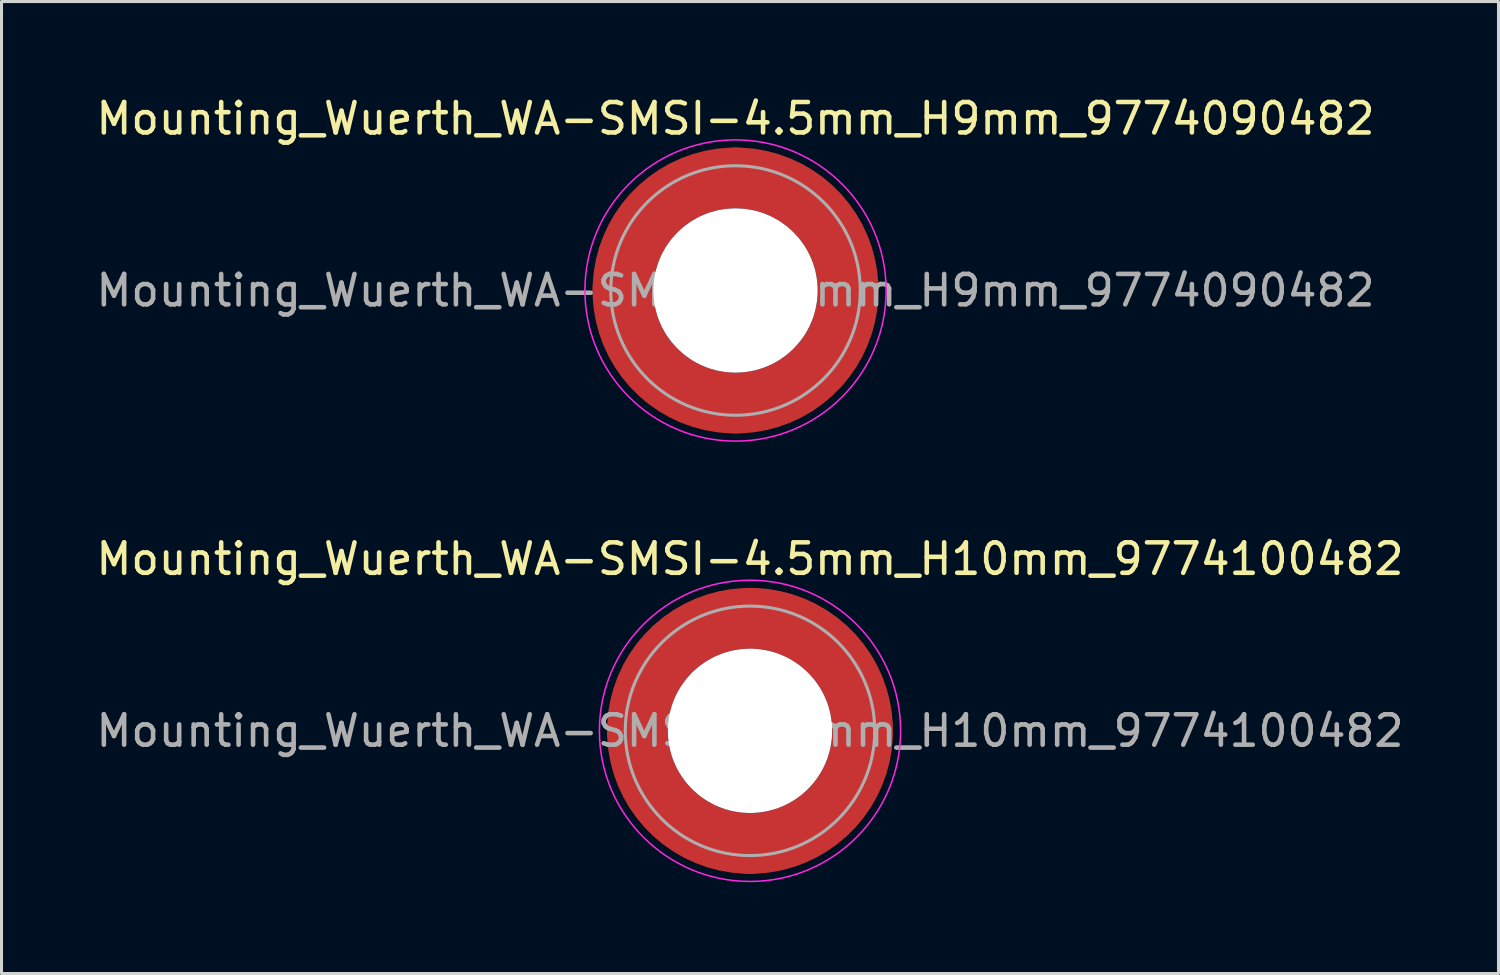
<source format=kicad_pcb>
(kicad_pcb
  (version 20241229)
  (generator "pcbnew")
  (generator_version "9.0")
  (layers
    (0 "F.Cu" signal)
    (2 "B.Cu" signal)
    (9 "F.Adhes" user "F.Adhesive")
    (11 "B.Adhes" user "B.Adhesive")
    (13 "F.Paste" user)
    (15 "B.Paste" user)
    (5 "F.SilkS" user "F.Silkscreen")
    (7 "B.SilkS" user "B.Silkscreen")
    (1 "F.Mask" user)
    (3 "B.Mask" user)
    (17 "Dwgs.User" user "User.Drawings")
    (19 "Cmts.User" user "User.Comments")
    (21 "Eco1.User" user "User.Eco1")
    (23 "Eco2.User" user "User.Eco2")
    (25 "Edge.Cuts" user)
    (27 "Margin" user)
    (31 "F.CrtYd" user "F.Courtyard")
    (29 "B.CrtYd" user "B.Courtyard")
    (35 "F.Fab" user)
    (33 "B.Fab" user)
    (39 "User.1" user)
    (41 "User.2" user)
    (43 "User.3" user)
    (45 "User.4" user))
  (footprint "Mounting_Wuerth_WA-SMSI-4.5mm_H9mm_9774090482"
    (layer "F.Cu")
    (at 21.125 6.498)
    (property "Reference" "Mounting_Wuerth_WA-SMSI-4.5mm_H9mm_9774090482" (at 0 -5.65 0) (layer "F.SilkS") (effects (font (size 1 1) (thickness 0.15))))
    (attr smd)
    (fp_circle (center 0 0) (end 4.95 0) (stroke (width 0.05) (type solid)) (fill no) (layer "F.CrtYd"))
    (fp_circle (center 0 0) (end 4.1 0) (stroke (width 0.1) (type solid)) (fill no) (layer "F.Fab"))
    (fp_text user "${REFERENCE}" (at 0 0 0) (layer "F.Fab") (effects (font (size 1 1) (thickness 0.15))))
    (pad "" smd custom (at -2.607 -2.607) (size 0.948 0.948) (layers "F.Paste") (options (anchor circle)) (primitives (gr_arc (start -0.188183 2.107456) (mid 0.599273 0.599273) (end 2.107456 -0.188183) (width 0.2)) (gr_arc (start -0.289416 2.107456) (mid 0.52877 0.52877) (end 2.107456 -0.289416) (width 0.2)) (gr_arc (start -0.390547 2.107456) (mid 0.458268 0.458268) (end 2.107456 -0.390547) (width 0.2)) (gr_arc (start -0.491585 2.107456) (mid 0.387765 0.387765) (end 2.107456 -0.491585) (width 0.2)) (gr_arc (start -0.59254 2.107456) (mid 0.317262 0.317262) (end 2.107456 -0.59254) (width 0.2)) (gr_arc (start -0.693419 2.107456) (mid 0.24676 0.24676) (end 2.107456 -0.693419) (width 0.2)) (gr_arc (start -0.794229 2.107456) (mid 0.176257 0.176257) (end 2.107456 -0.794229) (width 0.2)) (gr_arc (start -0.894975 2.107456) (mid 0.105754 0.105754) (end 2.107456 -0.894975) (width 0.2)) (gr_arc (start -0.995664 2.107456) (mid 0.035251 0.035251) (end 2.107456 -0.995664) (width 0.2)) (gr_arc (start -1.0963 2.107456) (mid -0.035252 -0.035252) (end 2.107456 -1.0963) (width 0.2)) (gr_arc (start -1.196886 2.107456) (mid -0.105754 -0.105754) (end 2.107456 -1.196886) (width 0.2)) (gr_arc (start -1.297427 2.107456) (mid -0.176257 -0.176257) (end 2.107456 -1.297427) (width 0.2)) (gr_arc (start -1.397927 2.107456) (mid -0.24676 -0.24676) (end 2.107456 -1.397927) (width 0.2)) (gr_arc (start -1.498388 2.107456) (mid -0.317262 -0.317262) (end 2.107456 -1.498388) (width 0.2)) (gr_arc (start -1.598813 2.107456) (mid -0.387765 -0.387765) (end 2.107456 -1.598813) (width 0.2)) (gr_arc (start -1.699204 2.107456) (mid -0.458267 -0.458267) (end 2.107456 -1.699204) (width 0.2)) (gr_arc (start -1.799565 2.107456) (mid -0.528771 -0.528771) (end 2.107456 -1.799565) (width 0.2)) (gr_arc (start -1.899896 2.107456) (mid -0.599273 -0.599273) (end 2.107456 -1.899896) (width 0.2)) (gr_arc (start -1.899896 2.107456) (mid -0.599273 -0.599273) (end 2.107456 -1.899896) (width 0.2)) (gr_line (start 2.107 -0.188) (end 2.107 -1.9) (width 0.2)) (gr_line (start -0.188 2.107) (end -1.9 2.107) (width 0.2))))
    (pad "" smd custom (at -2.607 2.607) (size 0.948 0.948) (layers "F.Paste") (options (anchor circle)) (primitives (gr_arc (start 2.107456 0.188183) (mid 0.599273 -0.599273) (end -0.188183 -2.107456) (width 0.2)) (gr_arc (start 2.107456 0.289416) (mid 0.52877 -0.52877) (end -0.289416 -2.107456) (width 0.2)) (gr_arc (start 2.107456 0.390547) (mid 0.458268 -0.458268) (end -0.390547 -2.107456) (width 0.2)) (gr_arc (start 2.107456 0.491585) (mid 0.387765 -0.387765) (end -0.491585 -2.107456) (width 0.2)) (gr_arc (start 2.107456 0.59254) (mid 0.317262 -0.317262) (end -0.59254 -2.107456) (width 0.2)) (gr_arc (start 2.107456 0.693419) (mid 0.24676 -0.24676) (end -0.693419 -2.107456) (width 0.2)) (gr_arc (start 2.107456 0.794229) (mid 0.176257 -0.176257) (end -0.794229 -2.107456) (width 0.2)) (gr_arc (start 2.107456 0.894975) (mid 0.105754 -0.105754) (end -0.894975 -2.107456) (width 0.2)) (gr_arc (start 2.107456 0.995664) (mid 0.035251 -0.035251) (end -0.995664 -2.107456) (width 0.2)) (gr_arc (start 2.107456 1.0963) (mid -0.035252 0.035252) (end -1.0963 -2.107456) (width 0.2)) (gr_arc (start 2.107456 1.196886) (mid -0.105754 0.105754) (end -1.196886 -2.107456) (width 0.2)) (gr_arc (start 2.107456 1.297427) (mid -0.176257 0.176257) (end -1.297427 -2.107456) (width 0.2)) (gr_arc (start 2.107456 1.397927) (mid -0.24676 0.24676) (end -1.397927 -2.107456) (width 0.2)) (gr_arc (start 2.107456 1.498388) (mid -0.317262 0.317262) (end -1.498388 -2.107456) (width 0.2)) (gr_arc (start 2.107456 1.598813) (mid -0.387765 0.387765) (end -1.598813 -2.107456) (width 0.2)) (gr_arc (start 2.107456 1.699204) (mid -0.458267 0.458267) (end -1.699204 -2.107456) (width 0.2)) (gr_arc (start 2.107456 1.799565) (mid -0.528771 0.528771) (end -1.799565 -2.107456) (width 0.2)) (gr_arc (start 2.107456 1.899896) (mid -0.599273 0.599273) (end -1.899896 -2.107456) (width 0.2)) (gr_arc (start 2.107456 1.899896) (mid -0.599273 0.599273) (end -1.899896 -2.107456) (width 0.2)) (gr_line (start -0.188 -2.107) (end -1.9 -2.107) (width 0.2)) (gr_line (start 2.107 0.188) (end 2.107 1.9) (width 0.2))))
    (pad "" np_thru_hole circle (at 0 0) (size 5.4 5.4) (drill 5.4) (layers "*.Cu" "*.Mask"))
    (pad "" smd custom (at 2.607 -2.607) (size 0.948 0.948) (layers "F.Paste") (options (anchor circle)) (primitives (gr_arc (start -2.107456 -0.188183) (mid -0.599273 0.599273) (end 0.188183 2.107456) (width 0.2)) (gr_arc (start -2.107456 -0.289416) (mid -0.52877 0.52877) (end 0.289416 2.107456) (width 0.2)) (gr_arc (start -2.107456 -0.390547) (mid -0.458268 0.458268) (end 0.390547 2.107456) (width 0.2)) (gr_arc (start -2.107456 -0.491585) (mid -0.387765 0.387765) (end 0.491585 2.107456) (width 0.2)) (gr_arc (start -2.107456 -0.59254) (mid -0.317262 0.317262) (end 0.59254 2.107456) (width 0.2)) (gr_arc (start -2.107456 -0.693419) (mid -0.24676 0.24676) (end 0.693419 2.107456) (width 0.2)) (gr_arc (start -2.107456 -0.794229) (mid -0.176257 0.176257) (end 0.794229 2.107456) (width 0.2)) (gr_arc (start -2.107456 -0.894975) (mid -0.105754 0.105754) (end 0.894975 2.107456) (width 0.2)) (gr_arc (start -2.107456 -0.995664) (mid -0.035251 0.035251) (end 0.995664 2.107456) (width 0.2)) (gr_arc (start -2.107456 -1.0963) (mid 0.035252 -0.035252) (end 1.0963 2.107456) (width 0.2)) (gr_arc (start -2.107456 -1.196886) (mid 0.105754 -0.105754) (end 1.196886 2.107456) (width 0.2)) (gr_arc (start -2.107456 -1.297427) (mid 0.176257 -0.176257) (end 1.297427 2.107456) (width 0.2)) (gr_arc (start -2.107456 -1.397927) (mid 0.24676 -0.24676) (end 1.397927 2.107456) (width 0.2)) (gr_arc (start -2.107456 -1.498388) (mid 0.317262 -0.317262) (end 1.498388 2.107456) (width 0.2)) (gr_arc (start -2.107456 -1.598813) (mid 0.387765 -0.387765) (end 1.598813 2.107456) (width 0.2)) (gr_arc (start -2.107456 -1.699204) (mid 0.458267 -0.458267) (end 1.699204 2.107456) (width 0.2)) (gr_arc (start -2.107456 -1.799565) (mid 0.528771 -0.528771) (end 1.799565 2.107456) (width 0.2)) (gr_arc (start -2.107456 -1.899896) (mid 0.599273 -0.599273) (end 1.899896 2.107456) (width 0.2)) (gr_arc (start -2.107456 -1.899896) (mid 0.599273 -0.599273) (end 1.899896 2.107456) (width 0.2)) (gr_line (start 0.188 2.107) (end 1.9 2.107) (width 0.2)) (gr_line (start -2.107 -0.188) (end -2.107 -1.9) (width 0.2))))
    (pad "" smd custom (at 2.607 2.607) (size 0.948 0.948) (layers "F.Paste") (options (anchor circle)) (primitives (gr_arc (start 0.188183 -2.107456) (mid -0.599273 -0.599273) (end -2.107456 0.188183) (width 0.2)) (gr_arc (start 0.289416 -2.107456) (mid -0.52877 -0.52877) (end -2.107456 0.289416) (width 0.2)) (gr_arc (start 0.390547 -2.107456) (mid -0.458268 -0.458268) (end -2.107456 0.390547) (width 0.2)) (gr_arc (start 0.491585 -2.107456) (mid -0.387765 -0.387765) (end -2.107456 0.491585) (width 0.2)) (gr_arc (start 0.59254 -2.107456) (mid -0.317262 -0.317262) (end -2.107456 0.59254) (width 0.2)) (gr_arc (start 0.693419 -2.107456) (mid -0.24676 -0.24676) (end -2.107456 0.693419) (width 0.2)) (gr_arc (start 0.794229 -2.107456) (mid -0.176257 -0.176257) (end -2.107456 0.794229) (width 0.2)) (gr_arc (start 0.894975 -2.107456) (mid -0.105754 -0.105754) (end -2.107456 0.894975) (width 0.2)) (gr_arc (start 0.995664 -2.107456) (mid -0.035251 -0.035251) (end -2.107456 0.995664) (width 0.2)) (gr_arc (start 1.0963 -2.107456) (mid 0.035252 0.035252) (end -2.107456 1.0963) (width 0.2)) (gr_arc (start 1.196886 -2.107456) (mid 0.105754 0.105754) (end -2.107456 1.196886) (width 0.2)) (gr_arc (start 1.297427 -2.107456) (mid 0.176257 0.176257) (end -2.107456 1.297427) (width 0.2)) (gr_arc (start 1.397927 -2.107456) (mid 0.24676 0.24676) (end -2.107456 1.397927) (width 0.2)) (gr_arc (start 1.498388 -2.107456) (mid 0.317262 0.317262) (end -2.107456 1.498388) (width 0.2)) (gr_arc (start 1.598813 -2.107456) (mid 0.387765 0.387765) (end -2.107456 1.598813) (width 0.2)) (gr_arc (start 1.699204 -2.107456) (mid 0.458267 0.458267) (end -2.107456 1.699204) (width 0.2)) (gr_arc (start 1.799565 -2.107456) (mid 0.528771 0.528771) (end -2.107456 1.799565) (width 0.2)) (gr_arc (start 1.899896 -2.107456) (mid 0.599273 0.599273) (end -2.107456 1.899896) (width 0.2)) (gr_arc (start 1.899896 -2.107456) (mid 0.599273 0.599273) (end -2.107456 1.899896) (width 0.2)) (gr_line (start -2.107 0.188) (end -2.107 1.9) (width 0.2)) (gr_line (start 0.188 -2.107) (end 1.9 -2.107) (width 0.2))))
    (pad "1" smd circle (at -3.7 0) (size 2 2) (layers "F.Cu"))
    (pad "1" smd circle (at 0 -3.7) (size 2 2) (layers "F.Cu"))
    (pad "1" smd circle (at 0 3.7) (size 2 2) (layers "F.Cu"))
    (pad "1" smd custom (at 3.7 0) (size 2 2) (layers "F.Cu" "F.Mask") (options (anchor circle)) (primitives (gr_circle (center -3.7 0) (end 0 0) (width 2) (fill no)))))
  (footprint "Mounting_Wuerth_WA-SMSI-4.5mm_H10mm_9774100482"
    (layer "F.Cu")
    (at 21.601 20.971)
    (property "Reference" "Mounting_Wuerth_WA-SMSI-4.5mm_H10mm_9774100482" (at 0 -5.65 0) (layer "F.SilkS") (effects (font (size 1 1) (thickness 0.15))))
    (attr smd)
    (fp_circle (center 0 0) (end 4.95 0) (stroke (width 0.05) (type solid)) (fill no) (layer "F.CrtYd"))
    (fp_circle (center 0 0) (end 4.1 0) (stroke (width 0.1) (type solid)) (fill no) (layer "F.Fab"))
    (fp_text user "${REFERENCE}" (at 0 0 0) (layer "F.Fab") (effects (font (size 1 1) (thickness 0.15))))
    (pad "" smd custom (at -2.607 -2.607) (size 1.895 1.895) (layers "F.Paste") (options (anchor circle)) (primitives (gr_arc (start -0.485237 1.733706) (mid 0.334992 0.334992) (end 1.733706 -0.485237) (width 0.9475)) (gr_arc (start -0.975031 1.733706) (mid 0 0) (end 1.733706 -0.975031) (width 0.9475)) (gr_arc (start -1.461028 1.733706) (mid -0.334992 -0.334992) (end 1.733706 -1.461028) (width 0.9475)) (gr_line (start 1.734 -0.485) (end 1.734 -1.461) (width 0.948)) (gr_line (start -0.485 1.734) (end -1.461 1.734) (width 0.948))))
    (pad "" smd custom (at -2.607 2.607) (size 1.895 1.895) (layers "F.Paste") (options (anchor circle)) (primitives (gr_arc (start 1.733706 0.485237) (mid 0.334992 -0.334992) (end -0.485237 -1.733706) (width 0.9475)) (gr_arc (start 1.733706 0.975031) (mid 0 0) (end -0.975031 -1.733706) (width 0.9475)) (gr_arc (start 1.733706 1.461028) (mid -0.334992 0.334992) (end -1.461028 -1.733706) (width 0.9475)) (gr_line (start -0.485 -1.734) (end -1.461 -1.734) (width 0.948)) (gr_line (start 1.734 0.485) (end 1.734 1.461) (width 0.948))))
    (pad "" np_thru_hole circle (at 0 0) (size 5.4 5.4) (drill 5.4) (layers "*.Cu" "*.Mask"))
    (pad "" smd custom (at 2.607 -2.607) (size 1.895 1.895) (layers "F.Paste") (options (anchor circle)) (primitives (gr_arc (start -1.733706 -0.485237) (mid -0.334992 0.334992) (end 0.485237 1.733706) (width 0.9475)) (gr_arc (start -1.733706 -0.975031) (mid 0 0) (end 0.975031 1.733706) (width 0.9475)) (gr_arc (start -1.733706 -1.461028) (mid 0.334992 -0.334992) (end 1.461028 1.733706) (width 0.9475)) (gr_line (start 0.485 1.734) (end 1.461 1.734) (width 0.948)) (gr_line (start -1.734 -0.485) (end -1.734 -1.461) (width 0.948))))
    (pad "" smd custom (at 2.607 2.607) (size 1.895 1.895) (layers "F.Paste") (options (anchor circle)) (primitives (gr_arc (start 0.485237 -1.733706) (mid -0.334992 -0.334992) (end -1.733706 0.485237) (width 0.9475)) (gr_arc (start 0.975031 -1.733706) (mid 0 0) (end -1.733706 0.975031) (width 0.9475)) (gr_arc (start 1.461028 -1.733706) (mid 0.334992 0.334992) (end -1.733706 1.461028) (width 0.9475)) (gr_line (start -1.734 0.485) (end -1.734 1.461) (width 0.948)) (gr_line (start 0.485 -1.734) (end 1.461 -1.734) (width 0.948))))
    (pad "1" smd circle (at -3.7 0) (size 2 2) (layers "F.Cu"))
    (pad "1" smd circle (at 0 -3.7) (size 2 2) (layers "F.Cu"))
    (pad "1" smd circle (at 0 3.7) (size 2 2) (layers "F.Cu"))
    (pad "1" smd custom (at 3.7 0) (size 2 2) (layers "F.Cu" "F.Mask") (options (anchor circle)) (primitives (gr_circle (center -3.7 0) (end 0 0) (width 2) (fill no)))))
  (gr_rect
    (start -3 -3)
    (end 46.202 28.947)
    (stroke (width 0.1) (type default))
    (fill no)
    (layer "Edge.Cuts")))
</source>
